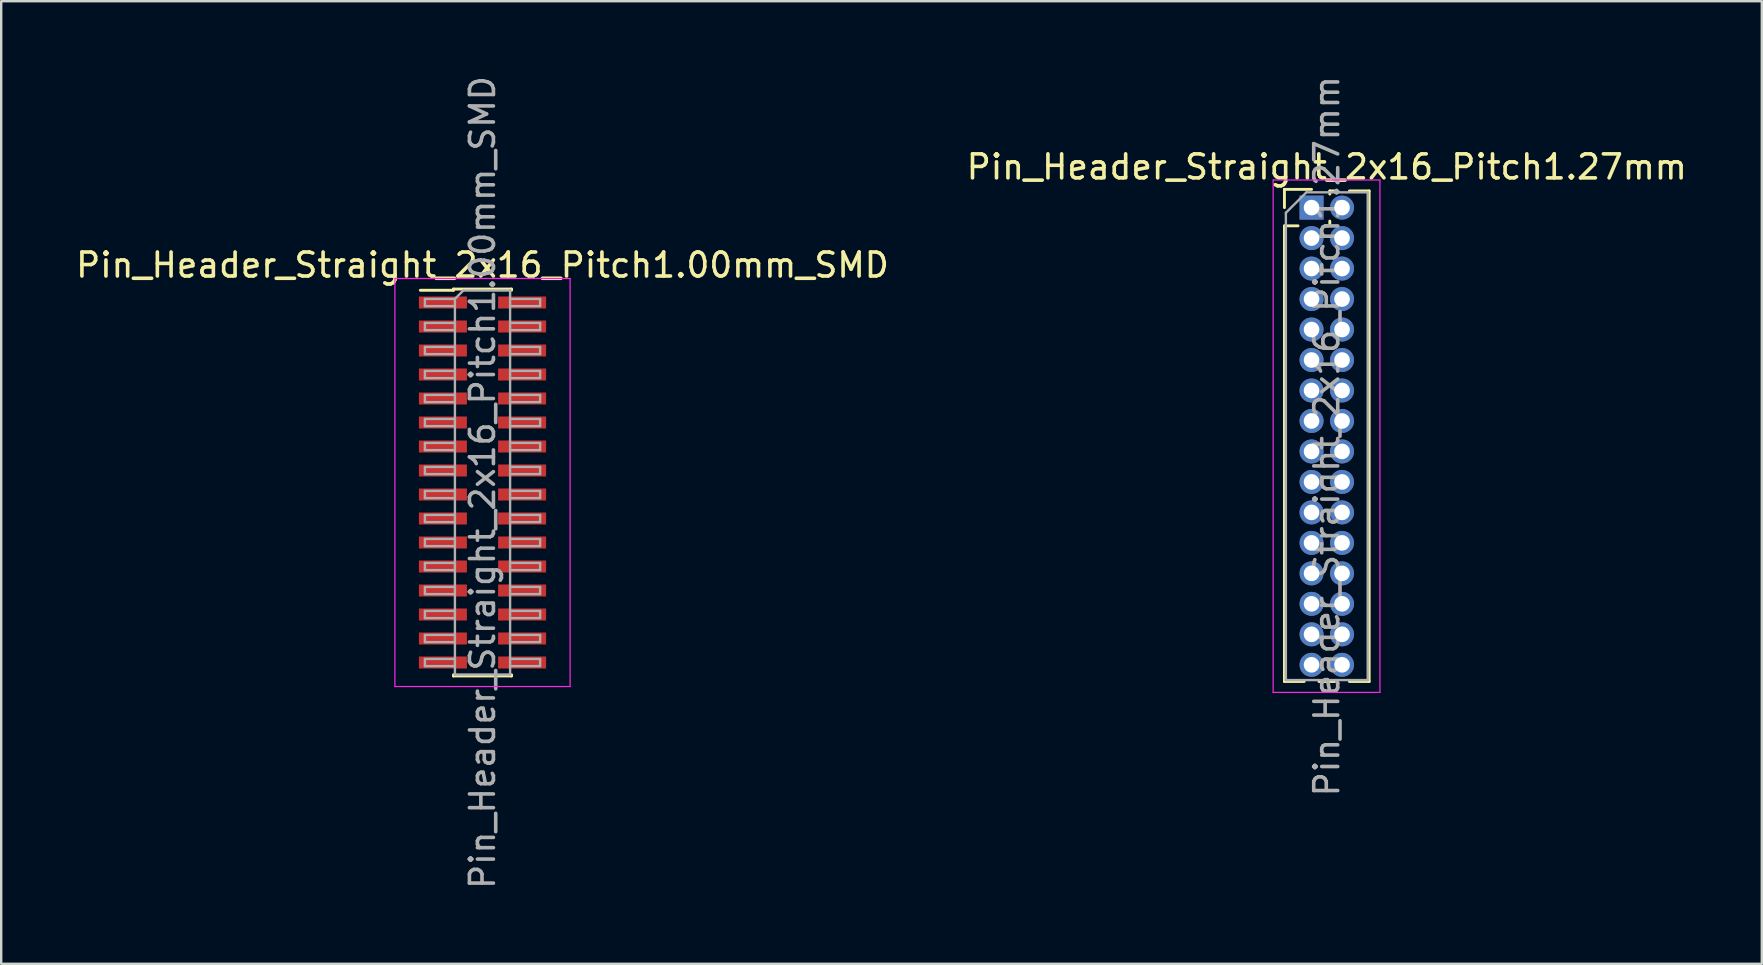
<source format=kicad_pcb>
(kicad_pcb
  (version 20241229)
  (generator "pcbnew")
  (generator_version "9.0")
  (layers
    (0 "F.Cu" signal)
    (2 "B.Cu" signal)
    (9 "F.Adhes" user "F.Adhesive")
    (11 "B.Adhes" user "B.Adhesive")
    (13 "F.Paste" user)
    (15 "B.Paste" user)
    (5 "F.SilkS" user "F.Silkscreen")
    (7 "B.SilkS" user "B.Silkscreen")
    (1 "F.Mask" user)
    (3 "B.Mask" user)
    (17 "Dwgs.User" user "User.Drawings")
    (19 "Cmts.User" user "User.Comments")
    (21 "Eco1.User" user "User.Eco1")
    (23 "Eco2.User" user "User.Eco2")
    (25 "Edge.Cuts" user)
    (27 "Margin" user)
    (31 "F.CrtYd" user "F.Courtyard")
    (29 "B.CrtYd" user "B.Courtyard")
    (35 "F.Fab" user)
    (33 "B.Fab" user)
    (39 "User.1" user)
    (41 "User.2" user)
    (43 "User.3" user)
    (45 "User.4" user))
  (footprint "Pin_Header_Straight_2x16_Pitch1.27mm"
    (layer "F.Cu")
    (at 51.597 5.6)
    (property "Reference" "Pin_Header_Straight_2x16_Pitch1.27mm" (at 0.635 -1.695 0) (layer "F.SilkS") (effects (font (size 1 1) (thickness 0.15))))
    (attr through_hole)
    (fp_line (start -1.13 -0.76) (end 0 -0.76) (stroke (width 0.12) (type solid)) (layer "F.SilkS"))
    (fp_line (start -1.13 0) (end -1.13 -0.76) (stroke (width 0.12) (type solid)) (layer "F.SilkS"))
    (fp_line (start -1.13 0.76) (end -1.13 19.745) (stroke (width 0.12) (type solid)) (layer "F.SilkS"))
    (fp_line (start -1.13 0.76) (end -0.563 0.76) (stroke (width 0.12) (type solid)) (layer "F.SilkS"))
    (fp_line (start -1.13 19.745) (end -0.308 19.745) (stroke (width 0.12) (type solid)) (layer "F.SilkS"))
    (fp_line (start 0.308 19.745) (end 0.962 19.745) (stroke (width 0.12) (type solid)) (layer "F.SilkS"))
    (fp_line (start 0.563 0.76) (end 0.707 0.76) (stroke (width 0.12) (type solid)) (layer "F.SilkS"))
    (fp_line (start 0.76 -0.695) (end 0.962 -0.695) (stroke (width 0.12) (type solid)) (layer "F.SilkS"))
    (fp_line (start 0.76 -0.563) (end 0.76 -0.695) (stroke (width 0.12) (type solid)) (layer "F.SilkS"))
    (fp_line (start 0.76 0.707) (end 0.76 0.563) (stroke (width 0.12) (type solid)) (layer "F.SilkS"))
    (fp_line (start 1.578 -0.695) (end 2.4 -0.695) (stroke (width 0.12) (type solid)) (layer "F.SilkS"))
    (fp_line (start 1.578 19.745) (end 2.4 19.745) (stroke (width 0.12) (type solid)) (layer "F.SilkS"))
    (fp_line (start 2.4 -0.695) (end 2.4 19.745) (stroke (width 0.12) (type solid)) (layer "F.SilkS"))
    (fp_line (start -1.6 -1.15) (end -1.6 20.2) (stroke (width 0.05) (type solid)) (layer "F.CrtYd"))
    (fp_line (start -1.6 20.2) (end 2.85 20.2) (stroke (width 0.05) (type solid)) (layer "F.CrtYd"))
    (fp_line (start 2.85 -1.15) (end -1.6 -1.15) (stroke (width 0.05) (type solid)) (layer "F.CrtYd"))
    (fp_line (start 2.85 20.2) (end 2.85 -1.15) (stroke (width 0.05) (type solid)) (layer "F.CrtYd"))
    (fp_line (start -1.07 0.217) (end -0.217 -0.635) (stroke (width 0.1) (type solid)) (layer "F.Fab"))
    (fp_line (start -1.07 19.685) (end -1.07 0.217) (stroke (width 0.1) (type solid)) (layer "F.Fab"))
    (fp_line (start -0.217 -0.635) (end 2.34 -0.635) (stroke (width 0.1) (type solid)) (layer "F.Fab"))
    (fp_line (start 2.34 -0.635) (end 2.34 19.685) (stroke (width 0.1) (type solid)) (layer "F.Fab"))
    (fp_line (start 2.34 19.685) (end -1.07 19.685) (stroke (width 0.1) (type solid)) (layer "F.Fab"))
    (fp_text user "${REFERENCE}" (at 0.635 9.525 90) (layer "F.Fab") (effects (font (size 1 1) (thickness 0.15))))
    (pad "1" thru_hole rect (at 0 0) (size 1 1) (drill 0.65) (layers "*.Cu" "*.Mask"))
    (pad "2" thru_hole oval (at 1.27 0) (size 1 1) (drill 0.65) (layers "*.Cu" "*.Mask"))
    (pad "3" thru_hole oval (at 0 1.27) (size 1 1) (drill 0.65) (layers "*.Cu" "*.Mask"))
    (pad "4" thru_hole oval (at 1.27 1.27) (size 1 1) (drill 0.65) (layers "*.Cu" "*.Mask"))
    (pad "5" thru_hole oval (at 0 2.54) (size 1 1) (drill 0.65) (layers "*.Cu" "*.Mask"))
    (pad "6" thru_hole oval (at 1.27 2.54) (size 1 1) (drill 0.65) (layers "*.Cu" "*.Mask"))
    (pad "7" thru_hole oval (at 0 3.81) (size 1 1) (drill 0.65) (layers "*.Cu" "*.Mask"))
    (pad "8" thru_hole oval (at 1.27 3.81) (size 1 1) (drill 0.65) (layers "*.Cu" "*.Mask"))
    (pad "9" thru_hole oval (at 0 5.08) (size 1 1) (drill 0.65) (layers "*.Cu" "*.Mask"))
    (pad "10" thru_hole oval (at 1.27 5.08) (size 1 1) (drill 0.65) (layers "*.Cu" "*.Mask"))
    (pad "11" thru_hole oval (at 0 6.35) (size 1 1) (drill 0.65) (layers "*.Cu" "*.Mask"))
    (pad "12" thru_hole oval (at 1.27 6.35) (size 1 1) (drill 0.65) (layers "*.Cu" "*.Mask"))
    (pad "13" thru_hole oval (at 0 7.62) (size 1 1) (drill 0.65) (layers "*.Cu" "*.Mask"))
    (pad "14" thru_hole oval (at 1.27 7.62) (size 1 1) (drill 0.65) (layers "*.Cu" "*.Mask"))
    (pad "15" thru_hole oval (at 0 8.89) (size 1 1) (drill 0.65) (layers "*.Cu" "*.Mask"))
    (pad "16" thru_hole oval (at 1.27 8.89) (size 1 1) (drill 0.65) (layers "*.Cu" "*.Mask"))
    (pad "17" thru_hole oval (at 0 10.16) (size 1 1) (drill 0.65) (layers "*.Cu" "*.Mask"))
    (pad "18" thru_hole oval (at 1.27 10.16) (size 1 1) (drill 0.65) (layers "*.Cu" "*.Mask"))
    (pad "19" thru_hole oval (at 0 11.43) (size 1 1) (drill 0.65) (layers "*.Cu" "*.Mask"))
    (pad "20" thru_hole oval (at 1.27 11.43) (size 1 1) (drill 0.65) (layers "*.Cu" "*.Mask"))
    (pad "21" thru_hole oval (at 0 12.7) (size 1 1) (drill 0.65) (layers "*.Cu" "*.Mask"))
    (pad "22" thru_hole oval (at 1.27 12.7) (size 1 1) (drill 0.65) (layers "*.Cu" "*.Mask"))
    (pad "23" thru_hole oval (at 0 13.97) (size 1 1) (drill 0.65) (layers "*.Cu" "*.Mask"))
    (pad "24" thru_hole oval (at 1.27 13.97) (size 1 1) (drill 0.65) (layers "*.Cu" "*.Mask"))
    (pad "25" thru_hole oval (at 0 15.24) (size 1 1) (drill 0.65) (layers "*.Cu" "*.Mask"))
    (pad "26" thru_hole oval (at 1.27 15.24) (size 1 1) (drill 0.65) (layers "*.Cu" "*.Mask"))
    (pad "27" thru_hole oval (at 0 16.51) (size 1 1) (drill 0.65) (layers "*.Cu" "*.Mask"))
    (pad "28" thru_hole oval (at 1.27 16.51) (size 1 1) (drill 0.65) (layers "*.Cu" "*.Mask"))
    (pad "29" thru_hole oval (at 0 17.78) (size 1 1) (drill 0.65) (layers "*.Cu" "*.Mask"))
    (pad "30" thru_hole oval (at 1.27 17.78) (size 1 1) (drill 0.65) (layers "*.Cu" "*.Mask"))
    (pad "31" thru_hole oval (at 0 19.05) (size 1 1) (drill 0.65) (layers "*.Cu" "*.Mask"))
    (pad "32" thru_hole oval (at 1.27 19.05) (size 1 1) (drill 0.65) (layers "*.Cu" "*.Mask")))
  (footprint "Pin_Header_Straight_2x16_Pitch1.00mm_SMD"
    (layer "F.Cu")
    (at 17.054 17.054)
    (property "Reference" "Pin_Header_Straight_2x16_Pitch1.00mm_SMD" (at 0 -9.06 0) (layer "F.SilkS") (effects (font (size 1 1) (thickness 0.15))))
    (attr smd)
    (fp_line (start -2.59 -8.01) (end -1.21 -8.01) (stroke (width 0.12) (type solid)) (layer "F.SilkS"))
    (fp_line (start -1.21 -8.06) (end -1.21 -8.01) (stroke (width 0.12) (type solid)) (layer "F.SilkS"))
    (fp_line (start -1.21 -8.06) (end 1.21 -8.06) (stroke (width 0.12) (type solid)) (layer "F.SilkS"))
    (fp_line (start -1.21 8.01) (end -1.21 8.06) (stroke (width 0.12) (type solid)) (layer "F.SilkS"))
    (fp_line (start -1.21 8.06) (end 1.21 8.06) (stroke (width 0.12) (type solid)) (layer "F.SilkS"))
    (fp_line (start 1.21 -8.06) (end 1.21 -8.01) (stroke (width 0.12) (type solid)) (layer "F.SilkS"))
    (fp_line (start 1.21 8.01) (end 1.21 8.06) (stroke (width 0.12) (type solid)) (layer "F.SilkS"))
    (fp_line (start -3.65 -8.5) (end -3.65 8.5) (stroke (width 0.05) (type solid)) (layer "F.CrtYd"))
    (fp_line (start -3.65 8.5) (end 3.65 8.5) (stroke (width 0.05) (type solid)) (layer "F.CrtYd"))
    (fp_line (start 3.65 -8.5) (end -3.65 -8.5) (stroke (width 0.05) (type solid)) (layer "F.CrtYd"))
    (fp_line (start 3.65 8.5) (end 3.65 -8.5) (stroke (width 0.05) (type solid)) (layer "F.CrtYd"))
    (fp_line (start -2.4 -7.65) (end -2.4 -7.35) (stroke (width 0.1) (type solid)) (layer "F.Fab"))
    (fp_line (start -2.4 -7.35) (end -1.15 -7.35) (stroke (width 0.1) (type solid)) (layer "F.Fab"))
    (fp_line (start -2.4 -6.65) (end -2.4 -6.35) (stroke (width 0.1) (type solid)) (layer "F.Fab"))
    (fp_line (start -2.4 -6.35) (end -1.15 -6.35) (stroke (width 0.1) (type solid)) (layer "F.Fab"))
    (fp_line (start -2.4 -5.65) (end -2.4 -5.35) (stroke (width 0.1) (type solid)) (layer "F.Fab"))
    (fp_line (start -2.4 -5.35) (end -1.15 -5.35) (stroke (width 0.1) (type solid)) (layer "F.Fab"))
    (fp_line (start -2.4 -4.65) (end -2.4 -4.35) (stroke (width 0.1) (type solid)) (layer "F.Fab"))
    (fp_line (start -2.4 -4.35) (end -1.15 -4.35) (stroke (width 0.1) (type solid)) (layer "F.Fab"))
    (fp_line (start -2.4 -3.65) (end -2.4 -3.35) (stroke (width 0.1) (type solid)) (layer "F.Fab"))
    (fp_line (start -2.4 -3.35) (end -1.15 -3.35) (stroke (width 0.1) (type solid)) (layer "F.Fab"))
    (fp_line (start -2.4 -2.65) (end -2.4 -2.35) (stroke (width 0.1) (type solid)) (layer "F.Fab"))
    (fp_line (start -2.4 -2.35) (end -1.15 -2.35) (stroke (width 0.1) (type solid)) (layer "F.Fab"))
    (fp_line (start -2.4 -1.65) (end -2.4 -1.35) (stroke (width 0.1) (type solid)) (layer "F.Fab"))
    (fp_line (start -2.4 -1.35) (end -1.15 -1.35) (stroke (width 0.1) (type solid)) (layer "F.Fab"))
    (fp_line (start -2.4 -0.65) (end -2.4 -0.35) (stroke (width 0.1) (type solid)) (layer "F.Fab"))
    (fp_line (start -2.4 -0.35) (end -1.15 -0.35) (stroke (width 0.1) (type solid)) (layer "F.Fab"))
    (fp_line (start -2.4 0.35) (end -2.4 0.65) (stroke (width 0.1) (type solid)) (layer "F.Fab"))
    (fp_line (start -2.4 0.65) (end -1.15 0.65) (stroke (width 0.1) (type solid)) (layer "F.Fab"))
    (fp_line (start -2.4 1.35) (end -2.4 1.65) (stroke (width 0.1) (type solid)) (layer "F.Fab"))
    (fp_line (start -2.4 1.65) (end -1.15 1.65) (stroke (width 0.1) (type solid)) (layer "F.Fab"))
    (fp_line (start -2.4 2.35) (end -2.4 2.65) (stroke (width 0.1) (type solid)) (layer "F.Fab"))
    (fp_line (start -2.4 2.65) (end -1.15 2.65) (stroke (width 0.1) (type solid)) (layer "F.Fab"))
    (fp_line (start -2.4 3.35) (end -2.4 3.65) (stroke (width 0.1) (type solid)) (layer "F.Fab"))
    (fp_line (start -2.4 3.65) (end -1.15 3.65) (stroke (width 0.1) (type solid)) (layer "F.Fab"))
    (fp_line (start -2.4 4.35) (end -2.4 4.65) (stroke (width 0.1) (type solid)) (layer "F.Fab"))
    (fp_line (start -2.4 4.65) (end -1.15 4.65) (stroke (width 0.1) (type solid)) (layer "F.Fab"))
    (fp_line (start -2.4 5.35) (end -2.4 5.65) (stroke (width 0.1) (type solid)) (layer "F.Fab"))
    (fp_line (start -2.4 5.65) (end -1.15 5.65) (stroke (width 0.1) (type solid)) (layer "F.Fab"))
    (fp_line (start -2.4 6.35) (end -2.4 6.65) (stroke (width 0.1) (type solid)) (layer "F.Fab"))
    (fp_line (start -2.4 6.65) (end -1.15 6.65) (stroke (width 0.1) (type solid)) (layer "F.Fab"))
    (fp_line (start -2.4 7.35) (end -2.4 7.65) (stroke (width 0.1) (type solid)) (layer "F.Fab"))
    (fp_line (start -2.4 7.65) (end -1.15 7.65) (stroke (width 0.1) (type solid)) (layer "F.Fab"))
    (fp_line (start -1.15 -7.65) (end -2.4 -7.65) (stroke (width 0.1) (type solid)) (layer "F.Fab"))
    (fp_line (start -1.15 -7.65) (end -0.8 -8) (stroke (width 0.1) (type solid)) (layer "F.Fab"))
    (fp_line (start -1.15 -6.65) (end -2.4 -6.65) (stroke (width 0.1) (type solid)) (layer "F.Fab"))
    (fp_line (start -1.15 -5.65) (end -2.4 -5.65) (stroke (width 0.1) (type solid)) (layer "F.Fab"))
    (fp_line (start -1.15 -4.65) (end -2.4 -4.65) (stroke (width 0.1) (type solid)) (layer "F.Fab"))
    (fp_line (start -1.15 -3.65) (end -2.4 -3.65) (stroke (width 0.1) (type solid)) (layer "F.Fab"))
    (fp_line (start -1.15 -2.65) (end -2.4 -2.65) (stroke (width 0.1) (type solid)) (layer "F.Fab"))
    (fp_line (start -1.15 -1.65) (end -2.4 -1.65) (stroke (width 0.1) (type solid)) (layer "F.Fab"))
    (fp_line (start -1.15 -0.65) (end -2.4 -0.65) (stroke (width 0.1) (type solid)) (layer "F.Fab"))
    (fp_line (start -1.15 0.35) (end -2.4 0.35) (stroke (width 0.1) (type solid)) (layer "F.Fab"))
    (fp_line (start -1.15 1.35) (end -2.4 1.35) (stroke (width 0.1) (type solid)) (layer "F.Fab"))
    (fp_line (start -1.15 2.35) (end -2.4 2.35) (stroke (width 0.1) (type solid)) (layer "F.Fab"))
    (fp_line (start -1.15 3.35) (end -2.4 3.35) (stroke (width 0.1) (type solid)) (layer "F.Fab"))
    (fp_line (start -1.15 4.35) (end -2.4 4.35) (stroke (width 0.1) (type solid)) (layer "F.Fab"))
    (fp_line (start -1.15 5.35) (end -2.4 5.35) (stroke (width 0.1) (type solid)) (layer "F.Fab"))
    (fp_line (start -1.15 6.35) (end -2.4 6.35) (stroke (width 0.1) (type solid)) (layer "F.Fab"))
    (fp_line (start -1.15 7.35) (end -2.4 7.35) (stroke (width 0.1) (type solid)) (layer "F.Fab"))
    (fp_line (start -1.15 8) (end -1.15 -7.65) (stroke (width 0.1) (type solid)) (layer "F.Fab"))
    (fp_line (start -0.8 -8) (end 1.15 -8) (stroke (width 0.1) (type solid)) (layer "F.Fab"))
    (fp_line (start 1.15 -8) (end 1.15 8) (stroke (width 0.1) (type solid)) (layer "F.Fab"))
    (fp_line (start 1.15 -7.65) (end 2.4 -7.65) (stroke (width 0.1) (type solid)) (layer "F.Fab"))
    (fp_line (start 1.15 -6.65) (end 2.4 -6.65) (stroke (width 0.1) (type solid)) (layer "F.Fab"))
    (fp_line (start 1.15 -5.65) (end 2.4 -5.65) (stroke (width 0.1) (type solid)) (layer "F.Fab"))
    (fp_line (start 1.15 -4.65) (end 2.4 -4.65) (stroke (width 0.1) (type solid)) (layer "F.Fab"))
    (fp_line (start 1.15 -3.65) (end 2.4 -3.65) (stroke (width 0.1) (type solid)) (layer "F.Fab"))
    (fp_line (start 1.15 -2.65) (end 2.4 -2.65) (stroke (width 0.1) (type solid)) (layer "F.Fab"))
    (fp_line (start 1.15 -1.65) (end 2.4 -1.65) (stroke (width 0.1) (type solid)) (layer "F.Fab"))
    (fp_line (start 1.15 -0.65) (end 2.4 -0.65) (stroke (width 0.1) (type solid)) (layer "F.Fab"))
    (fp_line (start 1.15 0.35) (end 2.4 0.35) (stroke (width 0.1) (type solid)) (layer "F.Fab"))
    (fp_line (start 1.15 1.35) (end 2.4 1.35) (stroke (width 0.1) (type solid)) (layer "F.Fab"))
    (fp_line (start 1.15 2.35) (end 2.4 2.35) (stroke (width 0.1) (type solid)) (layer "F.Fab"))
    (fp_line (start 1.15 3.35) (end 2.4 3.35) (stroke (width 0.1) (type solid)) (layer "F.Fab"))
    (fp_line (start 1.15 4.35) (end 2.4 4.35) (stroke (width 0.1) (type solid)) (layer "F.Fab"))
    (fp_line (start 1.15 5.35) (end 2.4 5.35) (stroke (width 0.1) (type solid)) (layer "F.Fab"))
    (fp_line (start 1.15 6.35) (end 2.4 6.35) (stroke (width 0.1) (type solid)) (layer "F.Fab"))
    (fp_line (start 1.15 7.35) (end 2.4 7.35) (stroke (width 0.1) (type solid)) (layer "F.Fab"))
    (fp_line (start 1.15 8) (end -1.15 8) (stroke (width 0.1) (type solid)) (layer "F.Fab"))
    (fp_line (start 2.4 -7.65) (end 2.4 -7.35) (stroke (width 0.1) (type solid)) (layer "F.Fab"))
    (fp_line (start 2.4 -7.35) (end 1.15 -7.35) (stroke (width 0.1) (type solid)) (layer "F.Fab"))
    (fp_line (start 2.4 -6.65) (end 2.4 -6.35) (stroke (width 0.1) (type solid)) (layer "F.Fab"))
    (fp_line (start 2.4 -6.35) (end 1.15 -6.35) (stroke (width 0.1) (type solid)) (layer "F.Fab"))
    (fp_line (start 2.4 -5.65) (end 2.4 -5.35) (stroke (width 0.1) (type solid)) (layer "F.Fab"))
    (fp_line (start 2.4 -5.35) (end 1.15 -5.35) (stroke (width 0.1) (type solid)) (layer "F.Fab"))
    (fp_line (start 2.4 -4.65) (end 2.4 -4.35) (stroke (width 0.1) (type solid)) (layer "F.Fab"))
    (fp_line (start 2.4 -4.35) (end 1.15 -4.35) (stroke (width 0.1) (type solid)) (layer "F.Fab"))
    (fp_line (start 2.4 -3.65) (end 2.4 -3.35) (stroke (width 0.1) (type solid)) (layer "F.Fab"))
    (fp_line (start 2.4 -3.35) (end 1.15 -3.35) (stroke (width 0.1) (type solid)) (layer "F.Fab"))
    (fp_line (start 2.4 -2.65) (end 2.4 -2.35) (stroke (width 0.1) (type solid)) (layer "F.Fab"))
    (fp_line (start 2.4 -2.35) (end 1.15 -2.35) (stroke (width 0.1) (type solid)) (layer "F.Fab"))
    (fp_line (start 2.4 -1.65) (end 2.4 -1.35) (stroke (width 0.1) (type solid)) (layer "F.Fab"))
    (fp_line (start 2.4 -1.35) (end 1.15 -1.35) (stroke (width 0.1) (type solid)) (layer "F.Fab"))
    (fp_line (start 2.4 -0.65) (end 2.4 -0.35) (stroke (width 0.1) (type solid)) (layer "F.Fab"))
    (fp_line (start 2.4 -0.35) (end 1.15 -0.35) (stroke (width 0.1) (type solid)) (layer "F.Fab"))
    (fp_line (start 2.4 0.35) (end 2.4 0.65) (stroke (width 0.1) (type solid)) (layer "F.Fab"))
    (fp_line (start 2.4 0.65) (end 1.15 0.65) (stroke (width 0.1) (type solid)) (layer "F.Fab"))
    (fp_line (start 2.4 1.35) (end 2.4 1.65) (stroke (width 0.1) (type solid)) (layer "F.Fab"))
    (fp_line (start 2.4 1.65) (end 1.15 1.65) (stroke (width 0.1) (type solid)) (layer "F.Fab"))
    (fp_line (start 2.4 2.35) (end 2.4 2.65) (stroke (width 0.1) (type solid)) (layer "F.Fab"))
    (fp_line (start 2.4 2.65) (end 1.15 2.65) (stroke (width 0.1) (type solid)) (layer "F.Fab"))
    (fp_line (start 2.4 3.35) (end 2.4 3.65) (stroke (width 0.1) (type solid)) (layer "F.Fab"))
    (fp_line (start 2.4 3.65) (end 1.15 3.65) (stroke (width 0.1) (type solid)) (layer "F.Fab"))
    (fp_line (start 2.4 4.35) (end 2.4 4.65) (stroke (width 0.1) (type solid)) (layer "F.Fab"))
    (fp_line (start 2.4 4.65) (end 1.15 4.65) (stroke (width 0.1) (type solid)) (layer "F.Fab"))
    (fp_line (start 2.4 5.35) (end 2.4 5.65) (stroke (width 0.1) (type solid)) (layer "F.Fab"))
    (fp_line (start 2.4 5.65) (end 1.15 5.65) (stroke (width 0.1) (type solid)) (layer "F.Fab"))
    (fp_line (start 2.4 6.35) (end 2.4 6.65) (stroke (width 0.1) (type solid)) (layer "F.Fab"))
    (fp_line (start 2.4 6.65) (end 1.15 6.65) (stroke (width 0.1) (type solid)) (layer "F.Fab"))
    (fp_line (start 2.4 7.35) (end 2.4 7.65) (stroke (width 0.1) (type solid)) (layer "F.Fab"))
    (fp_line (start 2.4 7.65) (end 1.15 7.65) (stroke (width 0.1) (type solid)) (layer "F.Fab"))
    (fp_text user "${REFERENCE}" (at 0 0 90) (layer "F.Fab") (effects (font (size 1 1) (thickness 0.15))))
    (pad "1" smd rect (at -1.65 -7.5) (size 2 0.5) (layers "F.Cu" "F.Mask" "F.Paste"))
    (pad "2" smd rect (at 1.65 -7.5) (size 2 0.5) (layers "F.Cu" "F.Mask" "F.Paste"))
    (pad "3" smd rect (at -1.65 -6.5) (size 2 0.5) (layers "F.Cu" "F.Mask" "F.Paste"))
    (pad "4" smd rect (at 1.65 -6.5) (size 2 0.5) (layers "F.Cu" "F.Mask" "F.Paste"))
    (pad "5" smd rect (at -1.65 -5.5) (size 2 0.5) (layers "F.Cu" "F.Mask" "F.Paste"))
    (pad "6" smd rect (at 1.65 -5.5) (size 2 0.5) (layers "F.Cu" "F.Mask" "F.Paste"))
    (pad "7" smd rect (at -1.65 -4.5) (size 2 0.5) (layers "F.Cu" "F.Mask" "F.Paste"))
    (pad "8" smd rect (at 1.65 -4.5) (size 2 0.5) (layers "F.Cu" "F.Mask" "F.Paste"))
    (pad "9" smd rect (at -1.65 -3.5) (size 2 0.5) (layers "F.Cu" "F.Mask" "F.Paste"))
    (pad "10" smd rect (at 1.65 -3.5) (size 2 0.5) (layers "F.Cu" "F.Mask" "F.Paste"))
    (pad "11" smd rect (at -1.65 -2.5) (size 2 0.5) (layers "F.Cu" "F.Mask" "F.Paste"))
    (pad "12" smd rect (at 1.65 -2.5) (size 2 0.5) (layers "F.Cu" "F.Mask" "F.Paste"))
    (pad "13" smd rect (at -1.65 -1.5) (size 2 0.5) (layers "F.Cu" "F.Mask" "F.Paste"))
    (pad "14" smd rect (at 1.65 -1.5) (size 2 0.5) (layers "F.Cu" "F.Mask" "F.Paste"))
    (pad "15" smd rect (at -1.65 -0.5) (size 2 0.5) (layers "F.Cu" "F.Mask" "F.Paste"))
    (pad "16" smd rect (at 1.65 -0.5) (size 2 0.5) (layers "F.Cu" "F.Mask" "F.Paste"))
    (pad "17" smd rect (at -1.65 0.5) (size 2 0.5) (layers "F.Cu" "F.Mask" "F.Paste"))
    (pad "18" smd rect (at 1.65 0.5) (size 2 0.5) (layers "F.Cu" "F.Mask" "F.Paste"))
    (pad "19" smd rect (at -1.65 1.5) (size 2 0.5) (layers "F.Cu" "F.Mask" "F.Paste"))
    (pad "20" smd rect (at 1.65 1.5) (size 2 0.5) (layers "F.Cu" "F.Mask" "F.Paste"))
    (pad "21" smd rect (at -1.65 2.5) (size 2 0.5) (layers "F.Cu" "F.Mask" "F.Paste"))
    (pad "22" smd rect (at 1.65 2.5) (size 2 0.5) (layers "F.Cu" "F.Mask" "F.Paste"))
    (pad "23" smd rect (at -1.65 3.5) (size 2 0.5) (layers "F.Cu" "F.Mask" "F.Paste"))
    (pad "24" smd rect (at 1.65 3.5) (size 2 0.5) (layers "F.Cu" "F.Mask" "F.Paste"))
    (pad "25" smd rect (at -1.65 4.5) (size 2 0.5) (layers "F.Cu" "F.Mask" "F.Paste"))
    (pad "26" smd rect (at 1.65 4.5) (size 2 0.5) (layers "F.Cu" "F.Mask" "F.Paste"))
    (pad "27" smd rect (at -1.65 5.5) (size 2 0.5) (layers "F.Cu" "F.Mask" "F.Paste"))
    (pad "28" smd rect (at 1.65 5.5) (size 2 0.5) (layers "F.Cu" "F.Mask" "F.Paste"))
    (pad "29" smd rect (at -1.65 6.5) (size 2 0.5) (layers "F.Cu" "F.Mask" "F.Paste"))
    (pad "30" smd rect (at 1.65 6.5) (size 2 0.5) (layers "F.Cu" "F.Mask" "F.Paste"))
    (pad "31" smd rect (at -1.65 7.5) (size 2 0.5) (layers "F.Cu" "F.Mask" "F.Paste"))
    (pad "32" smd rect (at 1.65 7.5) (size 2 0.5) (layers "F.Cu" "F.Mask" "F.Paste")))
  (gr_rect
    (start -3 -3)
    (end 70.357 37.107)
    (stroke (width 0.1) (type default))
    (fill no)
    (layer "Edge.Cuts")))
</source>
